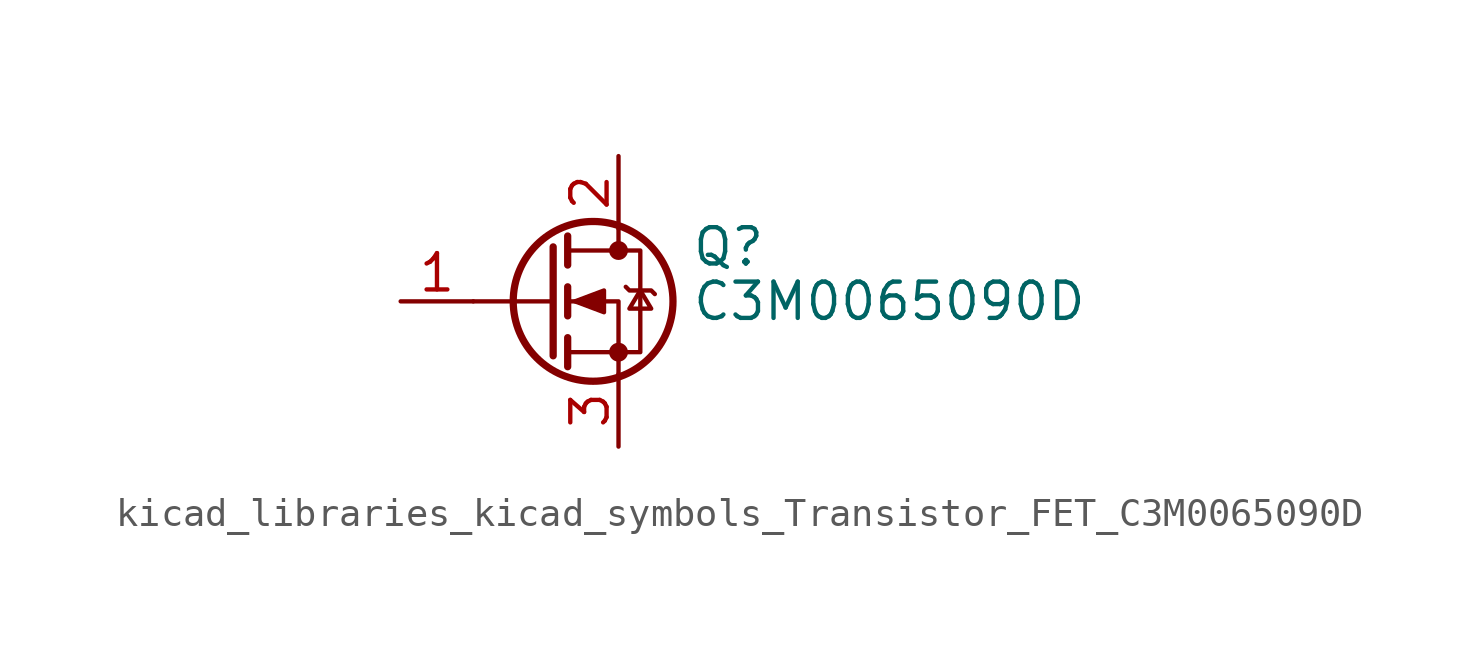
<source format=kicad_sym>
(kicad_symbol_lib
  (version 20220914)
  (generator kicad_symbol_editor)
  (symbol "kicad_libraries_kicad_symbols_Transistor_FET_C3M0065090D"
    (pin_names hide)
    (property "Reference" "Q"
      (at 5.08 1.905 0)
      (effects (font (size 1.27 1.27)) (justify left)))
    (property "Value" "C3M0065090D"
      (at 5.08 0 0)
      (effects (font (size 1.27 1.27)) (justify left)))
    (symbol "kicad_libraries_kicad_symbols_Transistor_FET_C3M0065090D_0_1"
      (polyline (pts (xy 0.254 0) (xy -2.54 0)) (stroke (width 0) (type default)) (fill (type none)))
      (polyline (pts (xy 0.254 1.905) (xy 0.254 -1.905)) (stroke (width 0.254) (type default)) (fill (type none)))
      (polyline (pts (xy 0.762 -1.27) (xy 0.762 -2.286)) (stroke (width 0.254) (type default)) (fill (type none)))
      (polyline (pts (xy 0.762 0.508) (xy 0.762 -0.508)) (stroke (width 0.254) (type default)) (fill (type none)))
      (polyline (pts (xy 0.762 2.286) (xy 0.762 1.27)) (stroke (width 0.254) (type default)) (fill (type none)))
      (polyline (pts (xy 2.54 2.54) (xy 2.54 1.778)) (stroke (width 0) (type default)) (fill (type none)))
      (polyline (pts (xy 2.54 -2.54) (xy 2.54 0) (xy 0.762 0)) (stroke (width 0) (type default)) (fill (type none)))
      (polyline (pts (xy 0.762 -1.778) (xy 3.302 -1.778) (xy 3.302 1.778) (xy 0.762 1.778)) (stroke (width 0) (type default)) (fill (type none)))
      (polyline (pts (xy 1.016 0) (xy 2.032 0.381) (xy 2.032 -0.381) (xy 1.016 0)) (stroke (width 0) (type default)) (fill (type outline)))
      (polyline (pts (xy 2.794 0.508) (xy 2.921 0.381) (xy 3.683 0.381) (xy 3.81 0.254)) (stroke (width 0) (type default)) (fill (type none)))
      (polyline (pts (xy 3.302 0.381) (xy 2.921 -0.254) (xy 3.683 -0.254) (xy 3.302 0.381)) (stroke (width 0) (type default)) (fill (type none)))
      (circle (center 1.651 0) (radius 2.794) (stroke (width 0.254) (type default)) (fill (type none)))
      (circle (center 2.54 -1.778) (radius 0.254) (stroke (width 0) (type default)) (fill (type outline)))
      (circle (center 2.54 1.778) (radius 0.254) (stroke (width 0) (type default)) (fill (type outline))))
    (symbol "kicad_libraries_kicad_symbols_Transistor_FET_C3M0065090D_1_1"
      (pin input line (at -5.08 0 0) (length 2.54) (name "G" (effects (font (size 1.27 1.27)))) (number "1" (effects (font (size 1.27 1.27)))))
      (pin passive line (at 2.54 5.08 270) (length 2.54) (name "D" (effects (font (size 1.27 1.27)))) (number "2" (effects (font (size 1.27 1.27)))))
      (pin passive line (at 2.54 -5.08 90) (length 2.54) (name "S" (effects (font (size 1.27 1.27)))) (number "3" (effects (font (size 1.27 1.27))))))))
</source>
